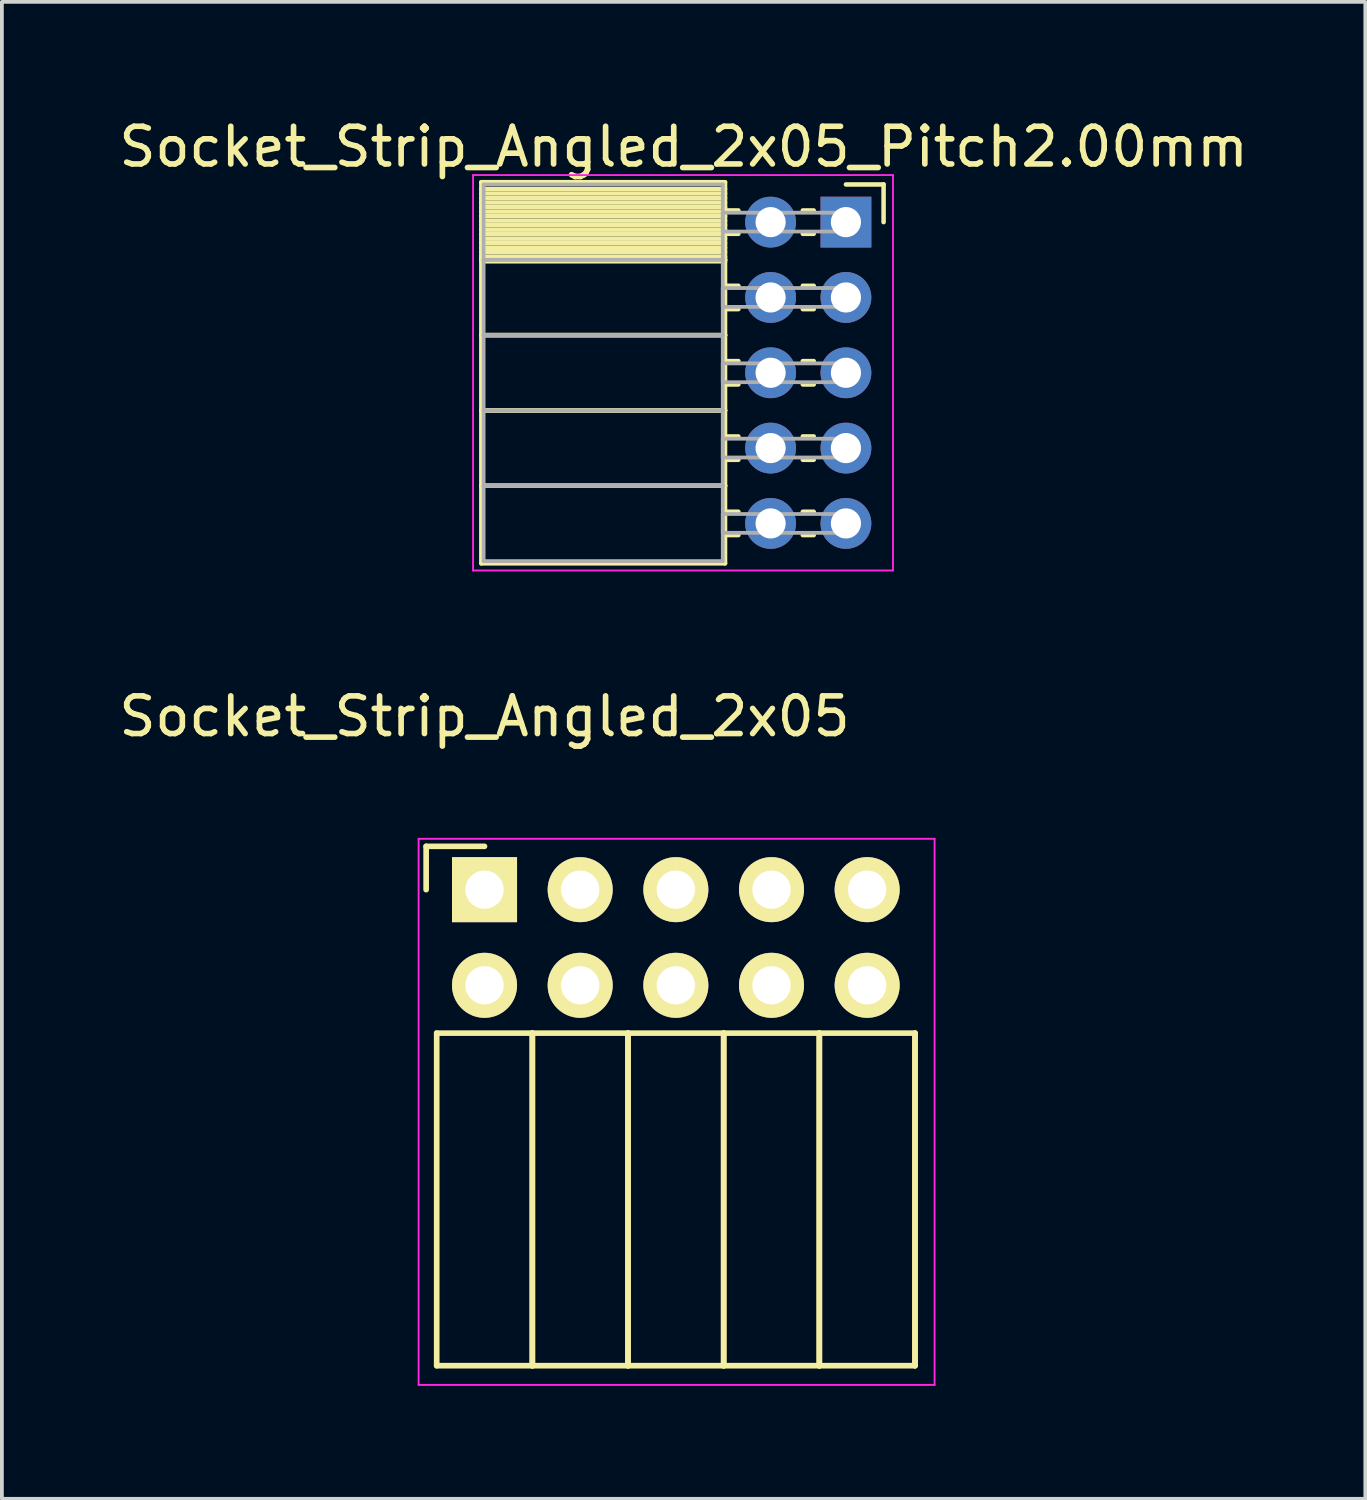
<source format=kicad_pcb>
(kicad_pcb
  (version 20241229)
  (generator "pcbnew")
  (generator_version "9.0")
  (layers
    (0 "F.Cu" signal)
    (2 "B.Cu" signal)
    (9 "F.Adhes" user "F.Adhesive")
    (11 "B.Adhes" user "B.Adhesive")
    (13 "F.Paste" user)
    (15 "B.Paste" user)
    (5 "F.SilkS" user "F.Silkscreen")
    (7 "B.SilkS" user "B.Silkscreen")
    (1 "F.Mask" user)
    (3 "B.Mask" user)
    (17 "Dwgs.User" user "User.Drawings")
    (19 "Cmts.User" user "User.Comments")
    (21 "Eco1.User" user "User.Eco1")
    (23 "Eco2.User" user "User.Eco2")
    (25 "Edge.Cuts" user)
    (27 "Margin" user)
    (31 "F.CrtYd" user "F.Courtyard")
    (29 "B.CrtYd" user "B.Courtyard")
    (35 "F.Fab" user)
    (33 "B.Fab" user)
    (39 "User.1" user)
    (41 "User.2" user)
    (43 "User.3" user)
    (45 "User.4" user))
  (footprint "Socket_Strip_Angled_2x05_Pitch2.00mm"
    (layer "F.Cu")
    (at 19.411 2.848)
    (property "Reference" "Socket_Strip_Angled_2x05_Pitch2.00mm" (at -4.31 -2 0) (layer "F.SilkS") (effects (font (size 1 1) (thickness 0.15))))
    (attr through_hole)
    (fp_line (start -9.68 -1.06) (end -3.21 -1.06) (stroke (width 0.12) (type solid)) (layer "F.SilkS"))
    (fp_line (start -9.68 1) (end -9.68 -1.06) (stroke (width 0.12) (type solid)) (layer "F.SilkS"))
    (fp_line (start -9.68 1) (end -3.21 1) (stroke (width 0.12) (type solid)) (layer "F.SilkS"))
    (fp_line (start -9.68 3) (end -9.68 1) (stroke (width 0.12) (type solid)) (layer "F.SilkS"))
    (fp_line (start -9.68 3) (end -3.21 3) (stroke (width 0.12) (type solid)) (layer "F.SilkS"))
    (fp_line (start -9.68 5) (end -9.68 3) (stroke (width 0.12) (type solid)) (layer "F.SilkS"))
    (fp_line (start -9.68 5) (end -3.21 5) (stroke (width 0.12) (type solid)) (layer "F.SilkS"))
    (fp_line (start -9.68 7) (end -9.68 5) (stroke (width 0.12) (type solid)) (layer "F.SilkS"))
    (fp_line (start -9.68 7) (end -3.21 7) (stroke (width 0.12) (type solid)) (layer "F.SilkS"))
    (fp_line (start -9.68 9.06) (end -9.68 7) (stroke (width 0.12) (type solid)) (layer "F.SilkS"))
    (fp_line (start -3.21 -1.06) (end -3.21 1) (stroke (width 0.12) (type solid)) (layer "F.SilkS"))
    (fp_line (start -3.21 -0.88) (end -9.68 -0.88) (stroke (width 0.12) (type solid)) (layer "F.SilkS"))
    (fp_line (start -3.21 -0.76) (end -9.68 -0.76) (stroke (width 0.12) (type solid)) (layer "F.SilkS"))
    (fp_line (start -3.21 -0.64) (end -9.68 -0.64) (stroke (width 0.12) (type solid)) (layer "F.SilkS"))
    (fp_line (start -3.21 -0.52) (end -9.68 -0.52) (stroke (width 0.12) (type solid)) (layer "F.SilkS"))
    (fp_line (start -3.21 -0.4) (end -9.68 -0.4) (stroke (width 0.12) (type solid)) (layer "F.SilkS"))
    (fp_line (start -3.21 -0.28) (end -9.68 -0.28) (stroke (width 0.12) (type solid)) (layer "F.SilkS"))
    (fp_line (start -3.21 -0.16) (end -9.68 -0.16) (stroke (width 0.12) (type solid)) (layer "F.SilkS"))
    (fp_line (start -3.21 -0.04) (end -9.68 -0.04) (stroke (width 0.12) (type solid)) (layer "F.SilkS"))
    (fp_line (start -3.21 0.08) (end -9.68 0.08) (stroke (width 0.12) (type solid)) (layer "F.SilkS"))
    (fp_line (start -3.21 0.2) (end -9.68 0.2) (stroke (width 0.12) (type solid)) (layer "F.SilkS"))
    (fp_line (start -3.21 0.32) (end -9.68 0.32) (stroke (width 0.12) (type solid)) (layer "F.SilkS"))
    (fp_line (start -3.21 0.44) (end -9.68 0.44) (stroke (width 0.12) (type solid)) (layer "F.SilkS"))
    (fp_line (start -3.21 0.56) (end -9.68 0.56) (stroke (width 0.12) (type solid)) (layer "F.SilkS"))
    (fp_line (start -3.21 0.68) (end -9.68 0.68) (stroke (width 0.12) (type solid)) (layer "F.SilkS"))
    (fp_line (start -3.21 0.8) (end -9.68 0.8) (stroke (width 0.12) (type solid)) (layer "F.SilkS"))
    (fp_line (start -3.21 0.92) (end -9.68 0.92) (stroke (width 0.12) (type solid)) (layer "F.SilkS"))
    (fp_line (start -3.21 1) (end -9.68 1) (stroke (width 0.12) (type solid)) (layer "F.SilkS"))
    (fp_line (start -3.21 1) (end -3.21 3) (stroke (width 0.12) (type solid)) (layer "F.SilkS"))
    (fp_line (start -3.21 1.04) (end -9.68 1.04) (stroke (width 0.12) (type solid)) (layer "F.SilkS"))
    (fp_line (start -3.21 3) (end -9.68 3) (stroke (width 0.12) (type solid)) (layer "F.SilkS"))
    (fp_line (start -3.21 3) (end -3.21 5) (stroke (width 0.12) (type solid)) (layer "F.SilkS"))
    (fp_line (start -3.21 5) (end -9.68 5) (stroke (width 0.12) (type solid)) (layer "F.SilkS"))
    (fp_line (start -3.21 5) (end -3.21 7) (stroke (width 0.12) (type solid)) (layer "F.SilkS"))
    (fp_line (start -3.21 7) (end -9.68 7) (stroke (width 0.12) (type solid)) (layer "F.SilkS"))
    (fp_line (start -3.21 7) (end -3.21 9.06) (stroke (width 0.12) (type solid)) (layer "F.SilkS"))
    (fp_line (start -3.21 9.06) (end -9.68 9.06) (stroke (width 0.12) (type solid)) (layer "F.SilkS"))
    (fp_line (start -2.855 -0.31) (end -3.21 -0.31) (stroke (width 0.12) (type solid)) (layer "F.SilkS"))
    (fp_line (start -2.855 0.31) (end -3.21 0.31) (stroke (width 0.12) (type solid)) (layer "F.SilkS"))
    (fp_line (start -2.855 1.69) (end -3.21 1.69) (stroke (width 0.12) (type solid)) (layer "F.SilkS"))
    (fp_line (start -2.855 2.31) (end -3.21 2.31) (stroke (width 0.12) (type solid)) (layer "F.SilkS"))
    (fp_line (start -2.855 3.69) (end -3.21 3.69) (stroke (width 0.12) (type solid)) (layer "F.SilkS"))
    (fp_line (start -2.855 4.31) (end -3.21 4.31) (stroke (width 0.12) (type solid)) (layer "F.SilkS"))
    (fp_line (start -2.855 5.69) (end -3.21 5.69) (stroke (width 0.12) (type solid)) (layer "F.SilkS"))
    (fp_line (start -2.855 6.31) (end -3.21 6.31) (stroke (width 0.12) (type solid)) (layer "F.SilkS"))
    (fp_line (start -2.855 7.69) (end -3.21 7.69) (stroke (width 0.12) (type solid)) (layer "F.SilkS"))
    (fp_line (start -2.855 8.31) (end -3.21 8.31) (stroke (width 0.12) (type solid)) (layer "F.SilkS"))
    (fp_line (start -0.855 -0.31) (end -1.145 -0.31) (stroke (width 0.12) (type solid)) (layer "F.SilkS"))
    (fp_line (start -0.855 0.31) (end -1.145 0.31) (stroke (width 0.12) (type solid)) (layer "F.SilkS"))
    (fp_line (start -0.855 1.69) (end -1.145 1.69) (stroke (width 0.12) (type solid)) (layer "F.SilkS"))
    (fp_line (start -0.855 2.31) (end -1.145 2.31) (stroke (width 0.12) (type solid)) (layer "F.SilkS"))
    (fp_line (start -0.855 3.69) (end -1.145 3.69) (stroke (width 0.12) (type solid)) (layer "F.SilkS"))
    (fp_line (start -0.855 4.31) (end -1.145 4.31) (stroke (width 0.12) (type solid)) (layer "F.SilkS"))
    (fp_line (start -0.855 5.69) (end -1.145 5.69) (stroke (width 0.12) (type solid)) (layer "F.SilkS"))
    (fp_line (start -0.855 6.31) (end -1.145 6.31) (stroke (width 0.12) (type solid)) (layer "F.SilkS"))
    (fp_line (start -0.855 7.69) (end -1.145 7.69) (stroke (width 0.12) (type solid)) (layer "F.SilkS"))
    (fp_line (start -0.855 8.31) (end -1.145 8.31) (stroke (width 0.12) (type solid)) (layer "F.SilkS"))
    (fp_line (start 0 -1) (end 1 -1) (stroke (width 0.12) (type solid)) (layer "F.SilkS"))
    (fp_line (start 1 -1) (end 1 0) (stroke (width 0.12) (type solid)) (layer "F.SilkS"))
    (fp_line (start -9.9 -1.25) (end 1.25 -1.25) (stroke (width 0.05) (type solid)) (layer "F.CrtYd"))
    (fp_line (start -9.9 9.25) (end -9.9 -1.25) (stroke (width 0.05) (type solid)) (layer "F.CrtYd"))
    (fp_line (start 1.25 -1.25) (end 1.25 9.25) (stroke (width 0.05) (type solid)) (layer "F.CrtYd"))
    (fp_line (start 1.25 9.25) (end -9.9 9.25) (stroke (width 0.05) (type solid)) (layer "F.CrtYd"))
    (fp_line (start -9.62 -1) (end -3.27 -1) (stroke (width 0.1) (type solid)) (layer "F.Fab"))
    (fp_line (start -9.62 1) (end -9.62 -1) (stroke (width 0.1) (type solid)) (layer "F.Fab"))
    (fp_line (start -9.62 1) (end -3.27 1) (stroke (width 0.1) (type solid)) (layer "F.Fab"))
    (fp_line (start -9.62 3) (end -9.62 1) (stroke (width 0.1) (type solid)) (layer "F.Fab"))
    (fp_line (start -9.62 3) (end -3.27 3) (stroke (width 0.1) (type solid)) (layer "F.Fab"))
    (fp_line (start -9.62 5) (end -9.62 3) (stroke (width 0.1) (type solid)) (layer "F.Fab"))
    (fp_line (start -9.62 5) (end -3.27 5) (stroke (width 0.1) (type solid)) (layer "F.Fab"))
    (fp_line (start -9.62 7) (end -9.62 5) (stroke (width 0.1) (type solid)) (layer "F.Fab"))
    (fp_line (start -9.62 7) (end -3.27 7) (stroke (width 0.1) (type solid)) (layer "F.Fab"))
    (fp_line (start -9.62 9) (end -9.62 7) (stroke (width 0.1) (type solid)) (layer "F.Fab"))
    (fp_line (start -3.27 -1) (end -3.27 1) (stroke (width 0.1) (type solid)) (layer "F.Fab"))
    (fp_line (start -3.27 -0.25) (end 0 -0.25) (stroke (width 0.1) (type solid)) (layer "F.Fab"))
    (fp_line (start -3.27 0.25) (end -3.27 -0.25) (stroke (width 0.1) (type solid)) (layer "F.Fab"))
    (fp_line (start -3.27 1) (end -9.62 1) (stroke (width 0.1) (type solid)) (layer "F.Fab"))
    (fp_line (start -3.27 1) (end -3.27 3) (stroke (width 0.1) (type solid)) (layer "F.Fab"))
    (fp_line (start -3.27 1.75) (end 0 1.75) (stroke (width 0.1) (type solid)) (layer "F.Fab"))
    (fp_line (start -3.27 2.25) (end -3.27 1.75) (stroke (width 0.1) (type solid)) (layer "F.Fab"))
    (fp_line (start -3.27 3) (end -9.62 3) (stroke (width 0.1) (type solid)) (layer "F.Fab"))
    (fp_line (start -3.27 3) (end -3.27 5) (stroke (width 0.1) (type solid)) (layer "F.Fab"))
    (fp_line (start -3.27 3.75) (end 0 3.75) (stroke (width 0.1) (type solid)) (layer "F.Fab"))
    (fp_line (start -3.27 4.25) (end -3.27 3.75) (stroke (width 0.1) (type solid)) (layer "F.Fab"))
    (fp_line (start -3.27 5) (end -9.62 5) (stroke (width 0.1) (type solid)) (layer "F.Fab"))
    (fp_line (start -3.27 5) (end -3.27 7) (stroke (width 0.1) (type solid)) (layer "F.Fab"))
    (fp_line (start -3.27 5.75) (end 0 5.75) (stroke (width 0.1) (type solid)) (layer "F.Fab"))
    (fp_line (start -3.27 6.25) (end -3.27 5.75) (stroke (width 0.1) (type solid)) (layer "F.Fab"))
    (fp_line (start -3.27 7) (end -9.62 7) (stroke (width 0.1) (type solid)) (layer "F.Fab"))
    (fp_line (start -3.27 7) (end -3.27 9) (stroke (width 0.1) (type solid)) (layer "F.Fab"))
    (fp_line (start -3.27 7.75) (end 0 7.75) (stroke (width 0.1) (type solid)) (layer "F.Fab"))
    (fp_line (start -3.27 8.25) (end -3.27 7.75) (stroke (width 0.1) (type solid)) (layer "F.Fab"))
    (fp_line (start -3.27 9) (end -9.62 9) (stroke (width 0.1) (type solid)) (layer "F.Fab"))
    (fp_line (start 0 -0.25) (end 0 0.25) (stroke (width 0.1) (type solid)) (layer "F.Fab"))
    (fp_line (start 0 0.25) (end -3.27 0.25) (stroke (width 0.1) (type solid)) (layer "F.Fab"))
    (fp_line (start 0 1.75) (end 0 2.25) (stroke (width 0.1) (type solid)) (layer "F.Fab"))
    (fp_line (start 0 2.25) (end -3.27 2.25) (stroke (width 0.1) (type solid)) (layer "F.Fab"))
    (fp_line (start 0 3.75) (end 0 4.25) (stroke (width 0.1) (type solid)) (layer "F.Fab"))
    (fp_line (start 0 4.25) (end -3.27 4.25) (stroke (width 0.1) (type solid)) (layer "F.Fab"))
    (fp_line (start 0 5.75) (end 0 6.25) (stroke (width 0.1) (type solid)) (layer "F.Fab"))
    (fp_line (start 0 6.25) (end -3.27 6.25) (stroke (width 0.1) (type solid)) (layer "F.Fab"))
    (fp_line (start 0 7.75) (end 0 8.25) (stroke (width 0.1) (type solid)) (layer "F.Fab"))
    (fp_line (start 0 8.25) (end -3.27 8.25) (stroke (width 0.1) (type solid)) (layer "F.Fab"))
    (pad "1" thru_hole rect (at 0 0) (size 1.35 1.35) (drill 0.8) (layers "*.Cu" "*.Mask"))
    (pad "2" thru_hole oval (at -2 0) (size 1.35 1.35) (drill 0.8) (layers "*.Cu" "*.Mask"))
    (pad "3" thru_hole oval (at 0 2) (size 1.35 1.35) (drill 0.8) (layers "*.Cu" "*.Mask"))
    (pad "4" thru_hole oval (at -2 2) (size 1.35 1.35) (drill 0.8) (layers "*.Cu" "*.Mask"))
    (pad "5" thru_hole oval (at 0 4) (size 1.35 1.35) (drill 0.8) (layers "*.Cu" "*.Mask"))
    (pad "6" thru_hole oval (at -2 4) (size 1.35 1.35) (drill 0.8) (layers "*.Cu" "*.Mask"))
    (pad "7" thru_hole oval (at 0 6) (size 1.35 1.35) (drill 0.8) (layers "*.Cu" "*.Mask"))
    (pad "8" thru_hole oval (at -2 6) (size 1.35 1.35) (drill 0.8) (layers "*.Cu" "*.Mask"))
    (pad "9" thru_hole oval (at 0 8) (size 1.35 1.35) (drill 0.8) (layers "*.Cu" "*.Mask"))
    (pad "10" thru_hole oval (at -2 8) (size 1.35 1.35) (drill 0.8) (layers "*.Cu" "*.Mask")))
  (footprint "Socket_Strip_Angled_2x05"
    (layer "F.Cu")
    (at 9.815 20.572)
    (property "Reference" "Socket_Strip_Angled_2x05" (at 0 -4.6 0) (layer "F.SilkS") (effects (font (size 1 1) (thickness 0.15))))
    (attr through_hole)
    (fp_line (start -1.55 -1.15) (end -1.55 0) (stroke (width 0.15) (type solid)) (layer "F.SilkS"))
    (fp_line (start -1.27 3.81) (end -1.27 12.64) (stroke (width 0.15) (type solid)) (layer "F.SilkS"))
    (fp_line (start -1.27 3.81) (end 1.27 3.81) (stroke (width 0.15) (type solid)) (layer "F.SilkS"))
    (fp_line (start -1.27 12.64) (end 1.27 12.64) (stroke (width 0.15) (type solid)) (layer "F.SilkS"))
    (fp_line (start 0 -1.15) (end -1.55 -1.15) (stroke (width 0.15) (type solid)) (layer "F.SilkS"))
    (fp_line (start 1.27 3.81) (end 1.27 12.64) (stroke (width 0.15) (type solid)) (layer "F.SilkS"))
    (fp_line (start 1.27 3.81) (end 3.81 3.81) (stroke (width 0.15) (type solid)) (layer "F.SilkS"))
    (fp_line (start 1.27 12.64) (end 1.27 3.81) (stroke (width 0.15) (type solid)) (layer "F.SilkS"))
    (fp_line (start 1.27 12.64) (end 3.81 12.64) (stroke (width 0.15) (type solid)) (layer "F.SilkS"))
    (fp_line (start 3.81 3.81) (end 3.81 12.64) (stroke (width 0.15) (type solid)) (layer "F.SilkS"))
    (fp_line (start 3.81 3.81) (end 6.35 3.81) (stroke (width 0.15) (type solid)) (layer "F.SilkS"))
    (fp_line (start 3.81 12.64) (end 3.81 3.81) (stroke (width 0.15) (type solid)) (layer "F.SilkS"))
    (fp_line (start 3.81 12.64) (end 6.35 12.64) (stroke (width 0.15) (type solid)) (layer "F.SilkS"))
    (fp_line (start 6.35 3.81) (end 6.35 12.64) (stroke (width 0.15) (type solid)) (layer "F.SilkS"))
    (fp_line (start 6.35 3.81) (end 8.89 3.81) (stroke (width 0.15) (type solid)) (layer "F.SilkS"))
    (fp_line (start 6.35 12.64) (end 6.35 3.81) (stroke (width 0.15) (type solid)) (layer "F.SilkS"))
    (fp_line (start 6.35 12.64) (end 8.89 12.64) (stroke (width 0.15) (type solid)) (layer "F.SilkS"))
    (fp_line (start 8.89 3.81) (end 8.89 12.64) (stroke (width 0.15) (type solid)) (layer "F.SilkS"))
    (fp_line (start 8.89 3.81) (end 11.43 3.81) (stroke (width 0.15) (type solid)) (layer "F.SilkS"))
    (fp_line (start 8.89 12.64) (end 8.89 3.81) (stroke (width 0.15) (type solid)) (layer "F.SilkS"))
    (fp_line (start 8.89 12.64) (end 11.43 12.64) (stroke (width 0.15) (type solid)) (layer "F.SilkS"))
    (fp_line (start 11.43 3.81) (end 11.43 12.64) (stroke (width 0.15) (type solid)) (layer "F.SilkS"))
    (fp_line (start 11.43 12.64) (end 11.43 3.81) (stroke (width 0.15) (type solid)) (layer "F.SilkS"))
    (fp_line (start -1.75 -1.35) (end -1.75 13.15) (stroke (width 0.05) (type solid)) (layer "F.CrtYd"))
    (fp_line (start -1.75 -1.35) (end 11.95 -1.35) (stroke (width 0.05) (type solid)) (layer "F.CrtYd"))
    (fp_line (start -1.75 13.15) (end 11.95 13.15) (stroke (width 0.05) (type solid)) (layer "F.CrtYd"))
    (fp_line (start 11.95 -1.35) (end 11.95 13.15) (stroke (width 0.05) (type solid)) (layer "F.CrtYd"))
    (pad "1" thru_hole rect (at 0 0) (size 1.727 1.727) (drill 1.016) (layers "*.Cu" "*.Mask" "F.SilkS"))
    (pad "2" thru_hole oval (at 0 2.54) (size 1.727 1.727) (drill 1.016) (layers "*.Cu" "*.Mask" "F.SilkS"))
    (pad "3" thru_hole oval (at 2.54 0) (size 1.727 1.727) (drill 1.016) (layers "*.Cu" "*.Mask" "F.SilkS"))
    (pad "4" thru_hole oval (at 2.54 2.54) (size 1.727 1.727) (drill 1.016) (layers "*.Cu" "*.Mask" "F.SilkS"))
    (pad "5" thru_hole oval (at 5.08 0) (size 1.727 1.727) (drill 1.016) (layers "*.Cu" "*.Mask" "F.SilkS"))
    (pad "6" thru_hole oval (at 5.08 2.54) (size 1.727 1.727) (drill 1.016) (layers "*.Cu" "*.Mask" "F.SilkS"))
    (pad "7" thru_hole oval (at 7.62 0) (size 1.727 1.727) (drill 1.016) (layers "*.Cu" "*.Mask" "F.SilkS"))
    (pad "8" thru_hole oval (at 7.62 2.54) (size 1.727 1.727) (drill 1.016) (layers "*.Cu" "*.Mask" "F.SilkS"))
    (pad "9" thru_hole oval (at 10.16 0) (size 1.727 1.727) (drill 1.016) (layers "*.Cu" "*.Mask" "F.SilkS"))
    (pad "10" thru_hole oval (at 10.16 2.54) (size 1.727 1.727) (drill 1.016) (layers "*.Cu" "*.Mask" "F.SilkS")))
  (gr_rect
    (start -3 -3)
    (end 33.202 36.746)
    (stroke (width 0.1) (type default))
    (fill no)
    (layer "Edge.Cuts")))
</source>
